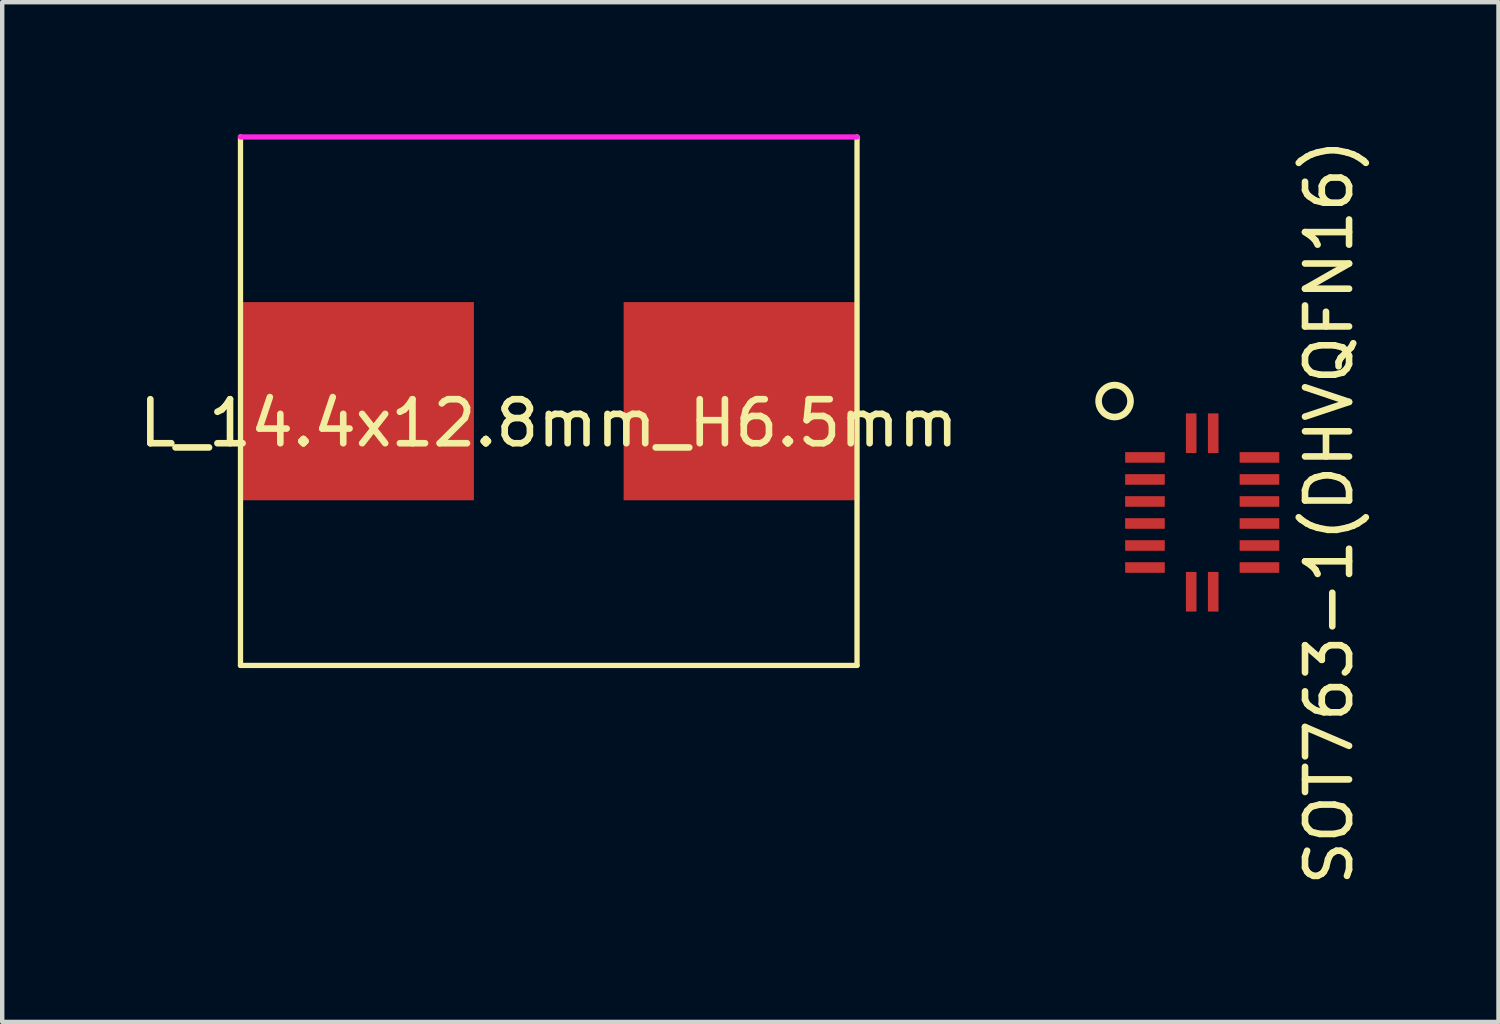
<source format=kicad_pcb>
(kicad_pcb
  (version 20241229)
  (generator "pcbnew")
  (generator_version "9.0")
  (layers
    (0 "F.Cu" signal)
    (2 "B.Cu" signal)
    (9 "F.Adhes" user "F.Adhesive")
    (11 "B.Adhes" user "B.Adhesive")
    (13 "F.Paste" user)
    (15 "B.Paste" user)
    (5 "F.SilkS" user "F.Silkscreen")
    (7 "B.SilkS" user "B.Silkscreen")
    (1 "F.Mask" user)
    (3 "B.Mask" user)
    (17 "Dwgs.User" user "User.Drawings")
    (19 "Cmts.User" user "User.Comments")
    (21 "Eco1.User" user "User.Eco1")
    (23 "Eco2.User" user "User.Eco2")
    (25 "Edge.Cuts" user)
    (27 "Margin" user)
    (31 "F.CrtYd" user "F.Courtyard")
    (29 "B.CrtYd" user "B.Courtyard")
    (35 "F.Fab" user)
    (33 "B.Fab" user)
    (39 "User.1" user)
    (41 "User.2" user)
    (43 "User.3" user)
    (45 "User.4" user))
  (footprint "L_14.4x12.8mm_H6.5mm"
    (layer "F.Cu")
    (at 9.411 6.06)
    (property "Reference" "L_14.4x12.8mm_H6.5mm" (at 0 0.5 0) (layer "F.SilkS") (effects (font (size 1 1) (thickness 0.15))))
    (attr through_hole)
    (fp_line (start -7 6) (end -7 -6) (stroke (width 0.12) (type solid)) (layer "F.SilkS"))
    (fp_line (start 7 -6) (end 7 6) (stroke (width 0.12) (type solid)) (layer "F.SilkS"))
    (fp_line (start 7 6) (end -7 6) (stroke (width 0.12) (type solid)) (layer "F.SilkS"))
    (fp_line (start -7 -6) (end 7 -6) (stroke (width 0.12) (type solid)) (layer "F.CrtYd"))
    (pad "1" smd rect (at -4.375 0) (size 5.35 4.5) (layers "F.Cu" "F.Mask" "F.Paste"))
    (pad "2" smd rect (at 4.375 0) (size 5.35 4.5) (layers "F.Cu" "F.Mask" "F.Paste")))
  (footprint "SOT763-1(DHVQFN16)"
    (layer "F.Cu")
    (at 24.249 8.587)
    (property "Reference" "SOT763-1(DHVQFN16)" (at 2.88 -0.01 90) (layer "F.SilkS") (effects (font (size 1 1) (thickness 0.15))))
    (attr through_hole)
    (fp_circle (center -1.99 -2.53) (end -1.67 -2.36) (stroke (width 0.15) (type solid)) (fill no) (layer "F.SilkS"))
    (pad "1" smd rect (at -0.25 -1.8) (size 0.24 0.9) (layers "F.Cu" "F.Mask" "F.Paste"))
    (pad "2" smd rect (at -1.3 -1.25) (size 0.9 0.24) (layers "F.Cu" "F.Mask" "F.Paste"))
    (pad "3" smd rect (at -1.3 -0.75) (size 0.9 0.24) (layers "F.Cu" "F.Mask" "F.Paste"))
    (pad "4" smd rect (at -1.3 -0.25) (size 0.9 0.24) (layers "F.Cu" "F.Mask" "F.Paste"))
    (pad "5" smd rect (at -1.3 0.25) (size 0.9 0.24) (layers "F.Cu" "F.Mask" "F.Paste"))
    (pad "6" smd rect (at -1.3 0.75) (size 0.9 0.24) (layers "F.Cu" "F.Mask" "F.Paste"))
    (pad "7" smd rect (at -1.3 1.25) (size 0.9 0.24) (layers "F.Cu" "F.Mask" "F.Paste"))
    (pad "8" smd rect (at -0.25 1.8) (size 0.24 0.9) (layers "F.Cu" "F.Mask" "F.Paste"))
    (pad "9" smd rect (at 0.25 1.8) (size 0.24 0.9) (layers "F.Cu" "F.Mask" "F.Paste"))
    (pad "10" smd rect (at 1.3 1.25) (size 0.9 0.24) (layers "F.Cu" "F.Mask" "F.Paste"))
    (pad "11" smd rect (at 1.3 0.75) (size 0.9 0.24) (layers "F.Cu" "F.Mask" "F.Paste"))
    (pad "12" smd rect (at 1.3 0.25) (size 0.9 0.24) (layers "F.Cu" "F.Mask" "F.Paste"))
    (pad "13" smd rect (at 1.3 -0.25) (size 0.9 0.24) (layers "F.Cu" "F.Mask" "F.Paste"))
    (pad "14" smd rect (at 1.3 -0.75) (size 0.9 0.24) (layers "F.Cu" "F.Mask" "F.Paste"))
    (pad "15" smd rect (at 1.3 -1.25) (size 0.9 0.24) (layers "F.Cu" "F.Mask" "F.Paste"))
    (pad "16" smd rect (at 0.25 -1.8) (size 0.24 0.9) (layers "F.Cu" "F.Mask" "F.Paste")))
  (gr_rect
    (start -3 -3)
    (end 30.977 20.155)
    (stroke (width 0.1) (type default))
    (fill no)
    (layer "Edge.Cuts")))
</source>
